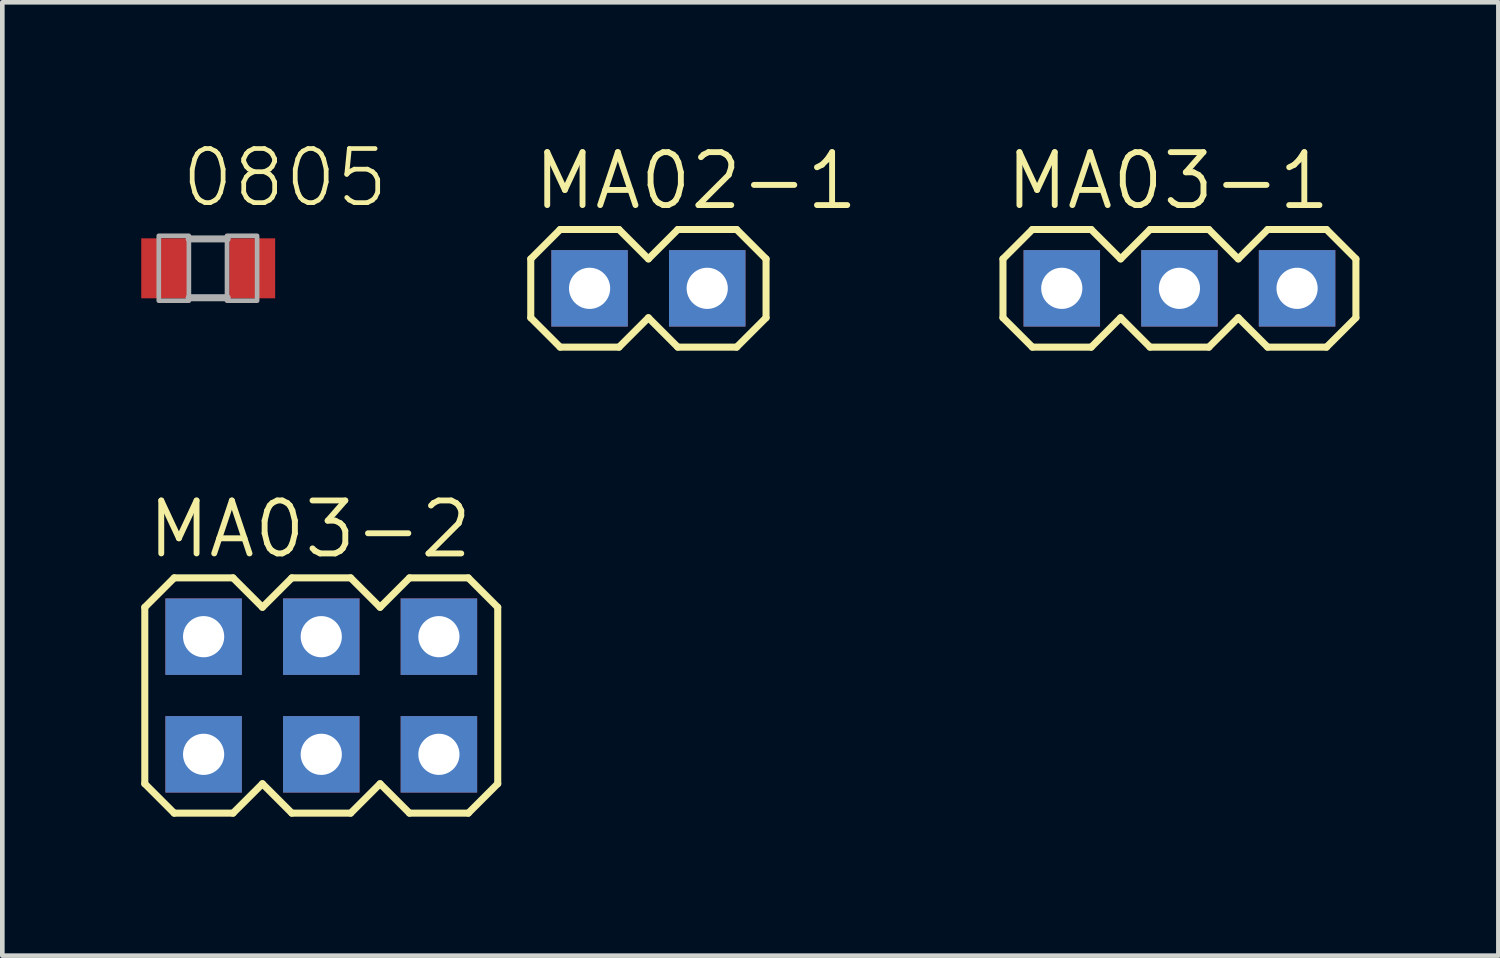
<source format=kicad_pcb>
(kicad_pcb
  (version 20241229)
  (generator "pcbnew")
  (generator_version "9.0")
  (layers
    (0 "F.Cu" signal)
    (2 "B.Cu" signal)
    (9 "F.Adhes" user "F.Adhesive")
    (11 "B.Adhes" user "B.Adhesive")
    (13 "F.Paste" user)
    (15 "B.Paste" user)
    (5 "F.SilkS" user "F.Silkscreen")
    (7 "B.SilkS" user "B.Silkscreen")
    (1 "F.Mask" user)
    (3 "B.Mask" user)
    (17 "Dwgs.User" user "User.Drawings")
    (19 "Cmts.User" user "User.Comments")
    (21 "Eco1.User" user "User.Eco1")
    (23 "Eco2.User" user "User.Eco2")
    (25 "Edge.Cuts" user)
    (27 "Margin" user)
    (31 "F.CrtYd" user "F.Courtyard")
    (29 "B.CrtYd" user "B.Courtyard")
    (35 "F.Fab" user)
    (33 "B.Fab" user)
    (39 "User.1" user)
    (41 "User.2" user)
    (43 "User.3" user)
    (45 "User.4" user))
  (footprint "MA02-1"
    (layer "F.Cu")
    (at 10.949 3.175)
    (property "Reference" "MA02-1" (at -2.54 -1.651 0) (layer "F.SilkS") (effects (font (size 1.143 1.143) (thickness 0.127)) (justify left bottom)))
    (fp_line (start -2.54 -0.635) (end -2.54 0.635) (stroke (width 0.152) (type solid)) (layer "F.SilkS"))
    (fp_line (start -2.54 0.635) (end -1.905 1.27) (stroke (width 0.152) (type solid)) (layer "F.SilkS"))
    (fp_line (start -1.905 -1.27) (end -2.54 -0.635) (stroke (width 0.152) (type solid)) (layer "F.SilkS"))
    (fp_line (start -1.905 -1.27) (end -0.635 -1.27) (stroke (width 0.152) (type solid)) (layer "F.SilkS"))
    (fp_line (start -0.635 -1.27) (end 0 -0.635) (stroke (width 0.152) (type solid)) (layer "F.SilkS"))
    (fp_line (start -0.635 1.27) (end -1.905 1.27) (stroke (width 0.152) (type solid)) (layer "F.SilkS"))
    (fp_line (start 0 -0.635) (end 0.635 -1.27) (stroke (width 0.152) (type solid)) (layer "F.SilkS"))
    (fp_line (start 0 0.635) (end -0.635 1.27) (stroke (width 0.152) (type solid)) (layer "F.SilkS"))
    (fp_line (start 0.635 -1.27) (end 1.905 -1.27) (stroke (width 0.152) (type solid)) (layer "F.SilkS"))
    (fp_line (start 0.635 1.27) (end 0 0.635) (stroke (width 0.152) (type solid)) (layer "F.SilkS"))
    (fp_line (start 1.905 -1.27) (end 2.54 -0.635) (stroke (width 0.152) (type solid)) (layer "F.SilkS"))
    (fp_line (start 1.905 1.27) (end 0.635 1.27) (stroke (width 0.152) (type solid)) (layer "F.SilkS"))
    (fp_line (start 2.54 -0.635) (end 2.54 0.635) (stroke (width 0.152) (type solid)) (layer "F.SilkS"))
    (fp_line (start 2.54 0.635) (end 1.905 1.27) (stroke (width 0.152) (type solid)) (layer "F.SilkS"))
    (fp_poly (pts (xy 1.016 0.254) (xy 1.524 0.254) (xy 1.524 -0.254) (xy 1.016 -0.254)) (stroke (width 0) (type solid)) (fill yes) (layer "F.SilkS"))
    (fp_poly (pts (xy -1.524 0.254) (xy -1.016 0.254) (xy -1.016 -0.254) (xy -1.524 -0.254)) (stroke (width 0.1) (type solid)) (fill no) (layer "F.Fab"))
    (pad "1" thru_hole rect (at -1.27 0 90) (size 1.651 1.651) (drill 0.889) (layers "*.Cu" "*.Mask"))
    (pad "2" thru_hole rect (at 1.27 0 90) (size 1.651 1.651) (drill 0.889) (layers "*.Cu" "*.Mask")))
  (footprint "MA03-1"
    (layer "F.Cu")
    (at 22.414 3.175)
    (property "Reference" "MA03-1" (at -3.81 -1.651 0) (layer "F.SilkS") (effects (font (size 1.143 1.143) (thickness 0.127)) (justify left bottom)))
    (fp_line (start -3.81 -0.635) (end -3.81 0.635) (stroke (width 0.152) (type solid)) (layer "F.SilkS"))
    (fp_line (start -3.81 0.635) (end -3.175 1.27) (stroke (width 0.152) (type solid)) (layer "F.SilkS"))
    (fp_line (start -3.175 -1.27) (end -3.81 -0.635) (stroke (width 0.152) (type solid)) (layer "F.SilkS"))
    (fp_line (start -3.175 -1.27) (end -1.905 -1.27) (stroke (width 0.152) (type solid)) (layer "F.SilkS"))
    (fp_line (start -1.905 -1.27) (end -1.27 -0.635) (stroke (width 0.152) (type solid)) (layer "F.SilkS"))
    (fp_line (start -1.905 1.27) (end -3.175 1.27) (stroke (width 0.152) (type solid)) (layer "F.SilkS"))
    (fp_line (start -1.27 -0.635) (end -0.635 -1.27) (stroke (width 0.152) (type solid)) (layer "F.SilkS"))
    (fp_line (start -1.27 0.635) (end -1.905 1.27) (stroke (width 0.152) (type solid)) (layer "F.SilkS"))
    (fp_line (start -0.635 -1.27) (end 0.635 -1.27) (stroke (width 0.152) (type solid)) (layer "F.SilkS"))
    (fp_line (start -0.635 1.27) (end -1.27 0.635) (stroke (width 0.152) (type solid)) (layer "F.SilkS"))
    (fp_line (start 0.635 -1.27) (end 1.27 -0.635) (stroke (width 0.152) (type solid)) (layer "F.SilkS"))
    (fp_line (start 0.635 1.27) (end -0.635 1.27) (stroke (width 0.152) (type solid)) (layer "F.SilkS"))
    (fp_line (start 1.27 -0.635) (end 1.905 -1.27) (stroke (width 0.152) (type solid)) (layer "F.SilkS"))
    (fp_line (start 1.27 0.635) (end 0.635 1.27) (stroke (width 0.152) (type solid)) (layer "F.SilkS"))
    (fp_line (start 1.905 -1.27) (end 3.175 -1.27) (stroke (width 0.152) (type solid)) (layer "F.SilkS"))
    (fp_line (start 1.905 1.27) (end 1.27 0.635) (stroke (width 0.152) (type solid)) (layer "F.SilkS"))
    (fp_line (start 3.175 -1.27) (end 3.81 -0.635) (stroke (width 0.152) (type solid)) (layer "F.SilkS"))
    (fp_line (start 3.175 1.27) (end 1.905 1.27) (stroke (width 0.152) (type solid)) (layer "F.SilkS"))
    (fp_line (start 3.81 -0.635) (end 3.81 0.635) (stroke (width 0.152) (type solid)) (layer "F.SilkS"))
    (fp_line (start 3.81 0.635) (end 3.175 1.27) (stroke (width 0.152) (type solid)) (layer "F.SilkS"))
    (fp_poly (pts (xy -0.254 0.254) (xy 0.254 0.254) (xy 0.254 -0.254) (xy -0.254 -0.254)) (stroke (width 0) (type solid)) (fill yes) (layer "F.SilkS"))
    (fp_poly (pts (xy -2.794 0.254) (xy -2.286 0.254) (xy -2.286 -0.254) (xy -2.794 -0.254)) (stroke (width 0.1) (type solid)) (fill no) (layer "F.Fab"))
    (fp_poly (pts (xy 2.286 0.254) (xy 2.794 0.254) (xy 2.794 -0.254) (xy 2.286 -0.254)) (stroke (width 0.1) (type solid)) (fill no) (layer "F.Fab"))
    (pad "1" thru_hole rect (at -2.54 0 90) (size 1.651 1.651) (drill 0.889) (layers "*.Cu" "*.Mask"))
    (pad "2" thru_hole rect (at 0 0 90) (size 1.651 1.651) (drill 0.889) (layers "*.Cu" "*.Mask"))
    (pad "3" thru_hole rect (at 2.54 0 90) (size 1.651 1.651) (drill 0.889) (layers "*.Cu" "*.Mask")))
  (footprint "MA03-2"
    (layer "F.Cu")
    (at 3.886 11.966)
    (property "Reference" "MA03-2" (at -3.81 -2.921 0) (layer "F.SilkS") (effects (font (size 1.143 1.143) (thickness 0.127)) (justify left bottom)))
    (fp_line (start -3.81 -1.905) (end -3.81 1.905) (stroke (width 0.152) (type solid)) (layer "F.SilkS"))
    (fp_line (start -3.81 1.905) (end -3.175 2.54) (stroke (width 0.152) (type solid)) (layer "F.SilkS"))
    (fp_line (start -3.175 -2.54) (end -3.81 -1.905) (stroke (width 0.152) (type solid)) (layer "F.SilkS"))
    (fp_line (start -3.175 -2.54) (end -1.905 -2.54) (stroke (width 0.152) (type solid)) (layer "F.SilkS"))
    (fp_line (start -1.905 -2.54) (end -1.27 -1.905) (stroke (width 0.152) (type solid)) (layer "F.SilkS"))
    (fp_line (start -1.905 2.54) (end -3.175 2.54) (stroke (width 0.152) (type solid)) (layer "F.SilkS"))
    (fp_line (start -1.27 -1.905) (end -0.635 -2.54) (stroke (width 0.152) (type solid)) (layer "F.SilkS"))
    (fp_line (start -1.27 1.905) (end -1.905 2.54) (stroke (width 0.152) (type solid)) (layer "F.SilkS"))
    (fp_line (start -0.635 -2.54) (end 0.635 -2.54) (stroke (width 0.152) (type solid)) (layer "F.SilkS"))
    (fp_line (start -0.635 2.54) (end -1.27 1.905) (stroke (width 0.152) (type solid)) (layer "F.SilkS"))
    (fp_line (start 0.635 -2.54) (end 1.27 -1.905) (stroke (width 0.152) (type solid)) (layer "F.SilkS"))
    (fp_line (start 0.635 2.54) (end -0.635 2.54) (stroke (width 0.152) (type solid)) (layer "F.SilkS"))
    (fp_line (start 1.27 -1.905) (end 1.905 -2.54) (stroke (width 0.152) (type solid)) (layer "F.SilkS"))
    (fp_line (start 1.27 1.905) (end 0.635 2.54) (stroke (width 0.152) (type solid)) (layer "F.SilkS"))
    (fp_line (start 1.905 -2.54) (end 3.175 -2.54) (stroke (width 0.152) (type solid)) (layer "F.SilkS"))
    (fp_line (start 1.905 2.54) (end 1.27 1.905) (stroke (width 0.152) (type solid)) (layer "F.SilkS"))
    (fp_line (start 3.175 -2.54) (end 3.81 -1.905) (stroke (width 0.152) (type solid)) (layer "F.SilkS"))
    (fp_line (start 3.175 2.54) (end 1.905 2.54) (stroke (width 0.152) (type solid)) (layer "F.SilkS"))
    (fp_line (start 3.81 -1.905) (end 3.81 1.905) (stroke (width 0.152) (type solid)) (layer "F.SilkS"))
    (fp_line (start 3.81 1.905) (end 3.175 2.54) (stroke (width 0.152) (type solid)) (layer "F.SilkS"))
    (fp_poly (pts (xy -2.794 -1.016) (xy -2.286 -1.016) (xy -2.286 -1.524) (xy -2.794 -1.524)) (stroke (width 0.1) (type solid)) (fill no) (layer "F.Fab"))
    (fp_poly (pts (xy -2.794 1.524) (xy -2.286 1.524) (xy -2.286 1.016) (xy -2.794 1.016)) (stroke (width 0.1) (type solid)) (fill no) (layer "F.Fab"))
    (fp_poly (pts (xy -0.254 -1.016) (xy 0.254 -1.016) (xy 0.254 -1.524) (xy -0.254 -1.524)) (stroke (width 0.1) (type solid)) (fill no) (layer "F.Fab"))
    (fp_poly (pts (xy -0.254 1.524) (xy 0.254 1.524) (xy 0.254 1.016) (xy -0.254 1.016)) (stroke (width 0.1) (type solid)) (fill no) (layer "F.Fab"))
    (fp_poly (pts (xy 2.286 -1.016) (xy 2.794 -1.016) (xy 2.794 -1.524) (xy 2.286 -1.524)) (stroke (width 0.1) (type solid)) (fill no) (layer "F.Fab"))
    (fp_poly (pts (xy 2.286 1.524) (xy 2.794 1.524) (xy 2.794 1.016) (xy 2.286 1.016)) (stroke (width 0.1) (type solid)) (fill no) (layer "F.Fab"))
    (pad "1" thru_hole rect (at -2.54 1.27) (size 1.651 1.651) (drill 0.889) (layers "*.Cu" "*.Mask"))
    (pad "2" thru_hole rect (at -2.54 -1.27) (size 1.651 1.651) (drill 0.889) (layers "*.Cu" "*.Mask"))
    (pad "3" thru_hole rect (at 0 1.27) (size 1.651 1.651) (drill 0.889) (layers "*.Cu" "*.Mask"))
    (pad "4" thru_hole rect (at 0 -1.27) (size 1.651 1.651) (drill 0.889) (layers "*.Cu" "*.Mask"))
    (pad "5" thru_hole rect (at 2.54 1.27) (size 1.651 1.651) (drill 0.889) (layers "*.Cu" "*.Mask"))
    (pad "6" thru_hole rect (at 2.54 -1.27) (size 1.651 1.651) (drill 0.889) (layers "*.Cu" "*.Mask")))
  (footprint "0805"
    (layer "F.Cu")
    (at 1.445 2.743)
    (property "Reference" "0805" (at -0.635 -1.27 0) (layer "F.SilkS") (effects (font (size 1.168 1.168) (thickness 0.102)) (justify left bottom)))
    (fp_line (start -0.41 -0.635) (end 0.41 -0.635) (stroke (width 0.152) (type solid)) (layer "F.Fab"))
    (fp_line (start -0.41 0.635) (end 0.41 0.635) (stroke (width 0.152) (type solid)) (layer "F.Fab"))
    (fp_poly (pts (xy -1.067 0.699) (xy -0.417 0.699) (xy -0.417 -0.702) (xy -1.067 -0.702)) (stroke (width 0.1) (type solid)) (fill no) (layer "F.Fab"))
    (fp_poly (pts (xy 0.406 0.699) (xy 1.056 0.699) (xy 1.056 -0.702) (xy 0.406 -0.702)) (stroke (width 0.1) (type solid)) (fill no) (layer "F.Fab"))
    (pad "1" smd rect (at -0.95 0) (size 0.991 1.295) (layers "F.Cu" "F.Mask" "F.Paste"))
    (pad "2" smd rect (at 0.95 0) (size 0.991 1.295) (layers "F.Cu" "F.Mask" "F.Paste")))
  (gr_rect
    (start -3 -3)
    (end 29.3 17.582)
    (stroke (width 0.1) (type default))
    (fill no)
    (layer "Edge.Cuts")))
</source>
